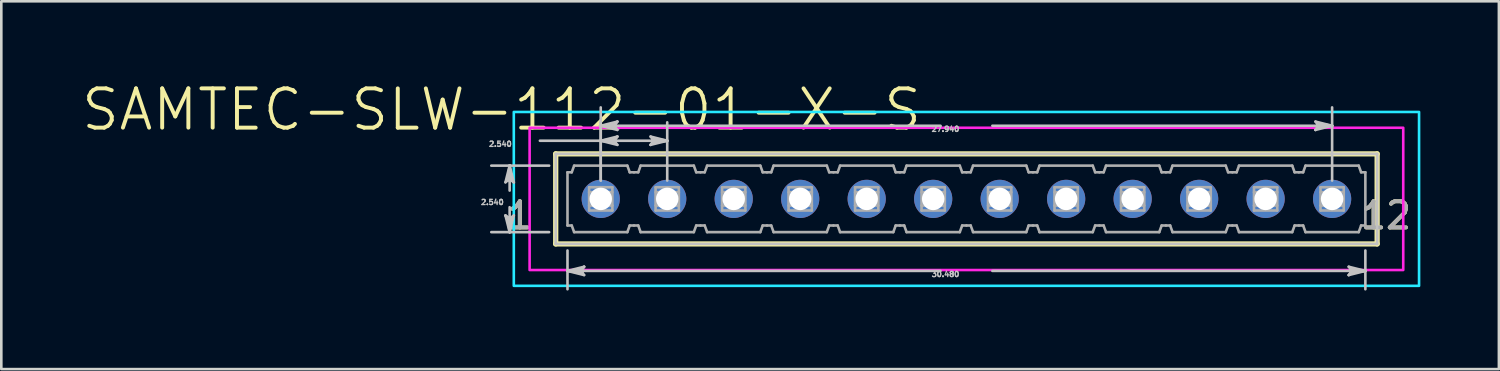
<source format=kicad_pcb>
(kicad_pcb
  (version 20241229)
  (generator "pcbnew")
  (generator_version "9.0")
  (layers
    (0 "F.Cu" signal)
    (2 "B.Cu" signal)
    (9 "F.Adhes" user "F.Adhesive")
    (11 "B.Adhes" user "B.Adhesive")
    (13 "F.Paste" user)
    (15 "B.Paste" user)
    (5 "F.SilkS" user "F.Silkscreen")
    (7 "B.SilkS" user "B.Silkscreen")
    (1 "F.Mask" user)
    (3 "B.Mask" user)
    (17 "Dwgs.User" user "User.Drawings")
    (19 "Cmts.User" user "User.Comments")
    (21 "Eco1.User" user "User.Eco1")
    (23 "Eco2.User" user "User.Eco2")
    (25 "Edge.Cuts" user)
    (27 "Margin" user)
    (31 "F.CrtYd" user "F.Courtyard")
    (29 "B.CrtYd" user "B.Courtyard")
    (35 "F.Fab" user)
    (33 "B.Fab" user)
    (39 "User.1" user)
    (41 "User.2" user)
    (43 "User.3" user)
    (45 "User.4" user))
  (footprint "SAMTEC-SLW-112-01-X-S"
    (layer "F.Cu")
    (at 33.869 4.548)
    (property "Reference" "SAMTEC-SLW-112-01-X-S" (at -17.759 -3.408 0) (layer "F.SilkS") (effects (font (size 1.5 1.5) (thickness 0.15))))
    (attr through_hole)
    (fp_circle (center -13.97 0) (end -13.189 0) (stroke (width 0) (type solid)) (fill yes) (layer "F.Mask"))
    (fp_circle (center -11.43 0) (end -10.649 0) (stroke (width 0) (type solid)) (fill yes) (layer "F.Mask"))
    (fp_circle (center -8.89 0) (end -8.109 0) (stroke (width 0) (type solid)) (fill yes) (layer "F.Mask"))
    (fp_circle (center -6.35 0) (end -5.569 0) (stroke (width 0) (type solid)) (fill yes) (layer "F.Mask"))
    (fp_circle (center -3.81 0) (end -3.029 0) (stroke (width 0) (type solid)) (fill yes) (layer "F.Mask"))
    (fp_circle (center -1.27 0) (end -0.489 0) (stroke (width 0) (type solid)) (fill yes) (layer "F.Mask"))
    (fp_circle (center 1.27 0) (end 2.051 0) (stroke (width 0) (type solid)) (fill yes) (layer "F.Mask"))
    (fp_circle (center 3.81 0) (end 4.591 0) (stroke (width 0) (type solid)) (fill yes) (layer "F.Mask"))
    (fp_circle (center 6.35 0) (end 7.131 0) (stroke (width 0) (type solid)) (fill yes) (layer "F.Mask"))
    (fp_circle (center 8.89 0) (end 9.671 0) (stroke (width 0) (type solid)) (fill yes) (layer "F.Mask"))
    (fp_circle (center 11.43 0) (end 12.211 0) (stroke (width 0) (type solid)) (fill yes) (layer "F.Mask"))
    (fp_circle (center 13.97 0) (end 14.751 0) (stroke (width 0) (type solid)) (fill yes) (layer "F.Mask"))
    (fp_circle (center -13.97 0) (end -13.189 0) (stroke (width 0) (type solid)) (fill yes) (layer "B.Mask"))
    (fp_circle (center -11.43 0) (end -10.649 0) (stroke (width 0) (type solid)) (fill yes) (layer "B.Mask"))
    (fp_circle (center -8.89 0) (end -8.109 0) (stroke (width 0) (type solid)) (fill yes) (layer "B.Mask"))
    (fp_circle (center -6.35 0) (end -5.569 0) (stroke (width 0) (type solid)) (fill yes) (layer "B.Mask"))
    (fp_circle (center -3.81 0) (end -3.029 0) (stroke (width 0) (type solid)) (fill yes) (layer "B.Mask"))
    (fp_circle (center -1.27 0) (end -0.489 0) (stroke (width 0) (type solid)) (fill yes) (layer "B.Mask"))
    (fp_circle (center 1.27 0) (end 2.051 0) (stroke (width 0) (type solid)) (fill yes) (layer "B.Mask"))
    (fp_circle (center 3.81 0) (end 4.591 0) (stroke (width 0) (type solid)) (fill yes) (layer "B.Mask"))
    (fp_circle (center 6.35 0) (end 7.131 0) (stroke (width 0) (type solid)) (fill yes) (layer "B.Mask"))
    (fp_circle (center 8.89 0) (end 9.671 0) (stroke (width 0) (type solid)) (fill yes) (layer "B.Mask"))
    (fp_circle (center 11.43 0) (end 12.211 0) (stroke (width 0) (type solid)) (fill yes) (layer "B.Mask"))
    (fp_circle (center 13.97 0) (end 14.751 0) (stroke (width 0) (type solid)) (fill yes) (layer "B.Mask"))
    (fp_line (start -15.69 -1.72) (end -15.69 1.72) (stroke (width 0.2) (type solid)) (layer "F.SilkS"))
    (fp_line (start -15.69 1.72) (end 15.69 1.72) (stroke (width 0.2) (type solid)) (layer "F.SilkS"))
    (fp_line (start 15.69 -1.72) (end -15.69 -1.72) (stroke (width 0.2) (type solid)) (layer "F.SilkS"))
    (fp_line (start 15.69 1.72) (end 15.69 -1.72) (stroke (width 0.2) (type solid)) (layer "F.SilkS"))
    (fp_line (start -17.609 -0.635) (end -17.45 -0.762) (stroke (width 0.1) (type solid)) (layer "Dwgs.User"))
    (fp_line (start -17.609 0.635) (end -17.45 1.27) (stroke (width 0.1) (type solid)) (layer "Dwgs.User"))
    (fp_line (start -17.529 -0.698) (end -17.45 -0.762) (stroke (width 0.1) (type solid)) (layer "Dwgs.User"))
    (fp_line (start -17.529 0.698) (end -17.609 0.635) (stroke (width 0.1) (type solid)) (layer "Dwgs.User"))
    (fp_line (start -17.45 -1.27) (end -17.609 -0.635) (stroke (width 0.1) (type solid)) (layer "Dwgs.User"))
    (fp_line (start -17.45 -1.27) (end -17.529 -0.698) (stroke (width 0.1) (type solid)) (layer "Dwgs.User"))
    (fp_line (start -17.45 -1.27) (end -17.37 -0.698) (stroke (width 0.1) (type solid)) (layer "Dwgs.User"))
    (fp_line (start -17.45 -0.762) (end -17.45 -1.27) (stroke (width 0.1) (type solid)) (layer "Dwgs.User"))
    (fp_line (start -17.45 -0.762) (end -17.291 -0.635) (stroke (width 0.1) (type solid)) (layer "Dwgs.User"))
    (fp_line (start -17.45 -0.318) (end -17.45 -1.27) (stroke (width 0.1) (type solid)) (layer "Dwgs.User"))
    (fp_line (start -17.45 0.318) (end -17.45 1.27) (stroke (width 0.1) (type solid)) (layer "Dwgs.User"))
    (fp_line (start -17.45 0.762) (end -17.609 0.635) (stroke (width 0.1) (type solid)) (layer "Dwgs.User"))
    (fp_line (start -17.45 0.762) (end -17.45 1.27) (stroke (width 0.1) (type solid)) (layer "Dwgs.User"))
    (fp_line (start -17.45 1.27) (end -17.529 0.698) (stroke (width 0.1) (type solid)) (layer "Dwgs.User"))
    (fp_line (start -17.45 1.27) (end -17.37 0.698) (stroke (width 0.1) (type solid)) (layer "Dwgs.User"))
    (fp_line (start -17.45 1.27) (end -17.291 0.635) (stroke (width 0.1) (type solid)) (layer "Dwgs.User"))
    (fp_line (start -17.37 -0.698) (end -17.291 -0.635) (stroke (width 0.1) (type solid)) (layer "Dwgs.User"))
    (fp_line (start -17.37 0.698) (end -17.45 0.762) (stroke (width 0.1) (type solid)) (layer "Dwgs.User"))
    (fp_line (start -17.291 -0.635) (end -17.45 -1.27) (stroke (width 0.1) (type solid)) (layer "Dwgs.User"))
    (fp_line (start -17.291 0.635) (end -17.45 0.762) (stroke (width 0.1) (type solid)) (layer "Dwgs.User"))
    (fp_line (start -16.294 -2.222) (end -13.97 -2.222) (stroke (width 0.1) (type solid)) (layer "Dwgs.User"))
    (fp_line (start -15.941 -1.27) (end -18.151 -1.27) (stroke (width 0.1) (type solid)) (layer "Dwgs.User"))
    (fp_line (start -15.941 1.27) (end -18.151 1.27) (stroke (width 0.1) (type solid)) (layer "Dwgs.User"))
    (fp_line (start -15.69 -1.72) (end -15.69 1.72) (stroke (width 0.1) (type solid)) (layer "Dwgs.User"))
    (fp_line (start -15.69 1.72) (end 15.69 1.72) (stroke (width 0.1) (type solid)) (layer "Dwgs.User"))
    (fp_line (start -15.24 1.971) (end -15.24 3.452) (stroke (width 0.1) (type solid)) (layer "Dwgs.User"))
    (fp_line (start -15.24 2.751) (end -14.668 2.671) (stroke (width 0.1) (type solid)) (layer "Dwgs.User"))
    (fp_line (start -15.24 2.751) (end -14.668 2.83) (stroke (width 0.1) (type solid)) (layer "Dwgs.User"))
    (fp_line (start -15.24 2.751) (end -14.605 2.91) (stroke (width 0.1) (type solid)) (layer "Dwgs.User"))
    (fp_line (start -14.732 2.751) (end -15.24 2.751) (stroke (width 0.1) (type solid)) (layer "Dwgs.User"))
    (fp_line (start -14.732 2.751) (end -14.605 2.592) (stroke (width 0.1) (type solid)) (layer "Dwgs.User"))
    (fp_line (start -14.668 2.671) (end -14.605 2.592) (stroke (width 0.1) (type solid)) (layer "Dwgs.User"))
    (fp_line (start -14.668 2.83) (end -14.732 2.751) (stroke (width 0.1) (type solid)) (layer "Dwgs.User"))
    (fp_line (start -14.605 2.592) (end -15.24 2.751) (stroke (width 0.1) (type solid)) (layer "Dwgs.User"))
    (fp_line (start -14.605 2.91) (end -14.732 2.751) (stroke (width 0.1) (type solid)) (layer "Dwgs.User"))
    (fp_line (start -13.97 -2.794) (end -13.398 -2.873) (stroke (width 0.1) (type solid)) (layer "Dwgs.User"))
    (fp_line (start -13.97 -2.794) (end -13.398 -2.715) (stroke (width 0.1) (type solid)) (layer "Dwgs.User"))
    (fp_line (start -13.97 -2.794) (end -13.335 -2.635) (stroke (width 0.1) (type solid)) (layer "Dwgs.User"))
    (fp_line (start -13.97 -2.222) (end -13.398 -2.302) (stroke (width 0.1) (type solid)) (layer "Dwgs.User"))
    (fp_line (start -13.97 -2.222) (end -13.398 -2.143) (stroke (width 0.1) (type solid)) (layer "Dwgs.User"))
    (fp_line (start -13.97 -2.222) (end -13.335 -2.064) (stroke (width 0.1) (type solid)) (layer "Dwgs.User"))
    (fp_line (start -13.97 -2.222) (end -11.43 -2.222) (stroke (width 0.1) (type solid)) (layer "Dwgs.User"))
    (fp_line (start -13.97 -0.701) (end -13.97 -3.495) (stroke (width 0.1) (type solid)) (layer "Dwgs.User"))
    (fp_line (start -13.97 -0.701) (end -13.97 -2.924) (stroke (width 0.1) (type solid)) (layer "Dwgs.User"))
    (fp_line (start -13.462 -2.794) (end -13.97 -2.794) (stroke (width 0.1) (type solid)) (layer "Dwgs.User"))
    (fp_line (start -13.462 -2.794) (end -13.335 -2.953) (stroke (width 0.1) (type solid)) (layer "Dwgs.User"))
    (fp_line (start -13.462 -2.222) (end -13.97 -2.222) (stroke (width 0.1) (type solid)) (layer "Dwgs.User"))
    (fp_line (start -13.462 -2.222) (end -13.335 -2.381) (stroke (width 0.1) (type solid)) (layer "Dwgs.User"))
    (fp_line (start -13.398 -2.873) (end -13.335 -2.953) (stroke (width 0.1) (type solid)) (layer "Dwgs.User"))
    (fp_line (start -13.398 -2.715) (end -13.462 -2.794) (stroke (width 0.1) (type solid)) (layer "Dwgs.User"))
    (fp_line (start -13.398 -2.302) (end -13.335 -2.381) (stroke (width 0.1) (type solid)) (layer "Dwgs.User"))
    (fp_line (start -13.398 -2.143) (end -13.462 -2.222) (stroke (width 0.1) (type solid)) (layer "Dwgs.User"))
    (fp_line (start -13.335 -2.953) (end -13.97 -2.794) (stroke (width 0.1) (type solid)) (layer "Dwgs.User"))
    (fp_line (start -13.335 -2.635) (end -13.462 -2.794) (stroke (width 0.1) (type solid)) (layer "Dwgs.User"))
    (fp_line (start -13.335 -2.381) (end -13.97 -2.222) (stroke (width 0.1) (type solid)) (layer "Dwgs.User"))
    (fp_line (start -13.335 -2.064) (end -13.462 -2.222) (stroke (width 0.1) (type solid)) (layer "Dwgs.User"))
    (fp_line (start -12.065 -2.381) (end -11.938 -2.222) (stroke (width 0.1) (type solid)) (layer "Dwgs.User"))
    (fp_line (start -12.065 -2.064) (end -11.43 -2.222) (stroke (width 0.1) (type solid)) (layer "Dwgs.User"))
    (fp_line (start -12.002 -2.302) (end -11.938 -2.222) (stroke (width 0.1) (type solid)) (layer "Dwgs.User"))
    (fp_line (start -12.002 -2.143) (end -12.065 -2.064) (stroke (width 0.1) (type solid)) (layer "Dwgs.User"))
    (fp_line (start -11.938 -2.222) (end -12.065 -2.064) (stroke (width 0.1) (type solid)) (layer "Dwgs.User"))
    (fp_line (start -11.938 -2.222) (end -11.43 -2.222) (stroke (width 0.1) (type solid)) (layer "Dwgs.User"))
    (fp_line (start -11.43 -2.222) (end -12.065 -2.381) (stroke (width 0.1) (type solid)) (layer "Dwgs.User"))
    (fp_line (start -11.43 -2.222) (end -12.002 -2.302) (stroke (width 0.1) (type solid)) (layer "Dwgs.User"))
    (fp_line (start -11.43 -2.222) (end -12.002 -2.143) (stroke (width 0.1) (type solid)) (layer "Dwgs.User"))
    (fp_line (start -11.43 -0.701) (end -11.43 -2.924) (stroke (width 0.1) (type solid)) (layer "Dwgs.User"))
    (fp_line (start -0.991 -2.794) (end -13.97 -2.794) (stroke (width 0.1) (type solid)) (layer "Dwgs.User"))
    (fp_line (start -0.991 2.751) (end -15.24 2.751) (stroke (width 0.1) (type solid)) (layer "Dwgs.User"))
    (fp_line (start 0.991 -2.794) (end 13.97 -2.794) (stroke (width 0.1) (type solid)) (layer "Dwgs.User"))
    (fp_line (start 0.991 2.751) (end 15.24 2.751) (stroke (width 0.1) (type solid)) (layer "Dwgs.User"))
    (fp_line (start 13.335 -2.953) (end 13.462 -2.794) (stroke (width 0.1) (type solid)) (layer "Dwgs.User"))
    (fp_line (start 13.335 -2.635) (end 13.97 -2.794) (stroke (width 0.1) (type solid)) (layer "Dwgs.User"))
    (fp_line (start 13.398 -2.873) (end 13.462 -2.794) (stroke (width 0.1) (type solid)) (layer "Dwgs.User"))
    (fp_line (start 13.398 -2.715) (end 13.335 -2.635) (stroke (width 0.1) (type solid)) (layer "Dwgs.User"))
    (fp_line (start 13.462 -2.794) (end 13.335 -2.635) (stroke (width 0.1) (type solid)) (layer "Dwgs.User"))
    (fp_line (start 13.462 -2.794) (end 13.97 -2.794) (stroke (width 0.1) (type solid)) (layer "Dwgs.User"))
    (fp_line (start 13.97 -2.794) (end 13.335 -2.953) (stroke (width 0.1) (type solid)) (layer "Dwgs.User"))
    (fp_line (start 13.97 -2.794) (end 13.398 -2.873) (stroke (width 0.1) (type solid)) (layer "Dwgs.User"))
    (fp_line (start 13.97 -2.794) (end 13.398 -2.715) (stroke (width 0.1) (type solid)) (layer "Dwgs.User"))
    (fp_line (start 13.97 -0.701) (end 13.97 -3.495) (stroke (width 0.1) (type solid)) (layer "Dwgs.User"))
    (fp_line (start 14.605 2.592) (end 14.732 2.751) (stroke (width 0.1) (type solid)) (layer "Dwgs.User"))
    (fp_line (start 14.605 2.91) (end 15.24 2.751) (stroke (width 0.1) (type solid)) (layer "Dwgs.User"))
    (fp_line (start 14.668 2.671) (end 14.732 2.751) (stroke (width 0.1) (type solid)) (layer "Dwgs.User"))
    (fp_line (start 14.668 2.83) (end 14.605 2.91) (stroke (width 0.1) (type solid)) (layer "Dwgs.User"))
    (fp_line (start 14.732 2.751) (end 14.605 2.91) (stroke (width 0.1) (type solid)) (layer "Dwgs.User"))
    (fp_line (start 14.732 2.751) (end 15.24 2.751) (stroke (width 0.1) (type solid)) (layer "Dwgs.User"))
    (fp_line (start 15.24 1.971) (end 15.24 3.452) (stroke (width 0.1) (type solid)) (layer "Dwgs.User"))
    (fp_line (start 15.24 2.751) (end 14.605 2.592) (stroke (width 0.1) (type solid)) (layer "Dwgs.User"))
    (fp_line (start 15.24 2.751) (end 14.668 2.671) (stroke (width 0.1) (type solid)) (layer "Dwgs.User"))
    (fp_line (start 15.24 2.751) (end 14.668 2.83) (stroke (width 0.1) (type solid)) (layer "Dwgs.User"))
    (fp_line (start 15.69 -1.72) (end -15.69 -1.72) (stroke (width 0.1) (type solid)) (layer "Dwgs.User"))
    (fp_line (start 15.69 1.72) (end 15.69 -1.72) (stroke (width 0.1) (type solid)) (layer "Dwgs.User"))
    (fp_poly (pts (xy -17.291 3.321) (xy -17.291 -3.321) (xy 17.291 -3.321) (xy 17.291 3.321) (xy -17.291 3.321)) (stroke (width 0.1) (type solid)) (fill no) (layer "B.CrtYd"))
    (fp_poly (pts (xy 16.687 -2.717) (xy -16.687 -2.717) (xy -16.687 2.717) (xy 16.687 2.717) (xy 16.687 -2.717)) (stroke (width 0.1) (type solid)) (fill no) (layer "F.CrtYd"))
    (fp_line (start -15.24 -1.016) (end -15.24 1.016) (stroke (width 0.1) (type solid)) (layer "F.Fab"))
    (fp_line (start -15.24 1.016) (end -15.078 1.016) (stroke (width 0.1) (type solid)) (layer "F.Fab"))
    (fp_line (start -15.078 -1.016) (end -15.24 -1.016) (stroke (width 0.1) (type solid)) (layer "F.Fab"))
    (fp_line (start -15.078 1.016) (end -14.986 1.27) (stroke (width 0.1) (type solid)) (layer "F.Fab"))
    (fp_line (start -14.986 -1.27) (end -15.078 -1.016) (stroke (width 0.1) (type solid)) (layer "F.Fab"))
    (fp_line (start -14.986 1.27) (end -12.954 1.27) (stroke (width 0.1) (type solid)) (layer "F.Fab"))
    (fp_line (start -14.414 -0.444) (end -14.414 0.444) (stroke (width 0.1) (type solid)) (layer "F.Fab"))
    (fp_line (start -14.414 -0.254) (end -13.526 -0.254) (stroke (width 0.1) (type solid)) (layer "F.Fab"))
    (fp_line (start -14.414 0.444) (end -13.526 0.444) (stroke (width 0.1) (type solid)) (layer "F.Fab"))
    (fp_line (start -13.526 -0.444) (end -14.414 -0.444) (stroke (width 0.1) (type solid)) (layer "F.Fab"))
    (fp_line (start -13.526 0.254) (end -14.414 0.254) (stroke (width 0.1) (type solid)) (layer "F.Fab"))
    (fp_line (start -13.526 0.444) (end -13.526 -0.444) (stroke (width 0.1) (type solid)) (layer "F.Fab"))
    (fp_line (start -12.954 -1.27) (end -14.986 -1.27) (stroke (width 0.1) (type solid)) (layer "F.Fab"))
    (fp_line (start -12.954 1.27) (end -12.862 1.016) (stroke (width 0.1) (type solid)) (layer "F.Fab"))
    (fp_line (start -12.862 -1.016) (end -12.954 -1.27) (stroke (width 0.1) (type solid)) (layer "F.Fab"))
    (fp_line (start -12.862 1.016) (end -12.7 1.016) (stroke (width 0.1) (type solid)) (layer "F.Fab"))
    (fp_line (start -12.7 -1.016) (end -12.862 -1.016) (stroke (width 0.1) (type solid)) (layer "F.Fab"))
    (fp_line (start -12.7 1.016) (end -12.538 1.016) (stroke (width 0.1) (type solid)) (layer "F.Fab"))
    (fp_line (start -12.538 -1.016) (end -12.7 -1.016) (stroke (width 0.1) (type solid)) (layer "F.Fab"))
    (fp_line (start -12.538 1.016) (end -12.446 1.27) (stroke (width 0.1) (type solid)) (layer "F.Fab"))
    (fp_line (start -12.446 -1.27) (end -12.538 -1.016) (stroke (width 0.1) (type solid)) (layer "F.Fab"))
    (fp_line (start -12.446 1.27) (end -10.414 1.27) (stroke (width 0.1) (type solid)) (layer "F.Fab"))
    (fp_line (start -11.874 -0.444) (end -11.874 0.444) (stroke (width 0.1) (type solid)) (layer "F.Fab"))
    (fp_line (start -11.874 -0.254) (end -10.986 -0.254) (stroke (width 0.1) (type solid)) (layer "F.Fab"))
    (fp_line (start -11.874 0.444) (end -10.986 0.444) (stroke (width 0.1) (type solid)) (layer "F.Fab"))
    (fp_line (start -10.986 -0.444) (end -11.874 -0.444) (stroke (width 0.1) (type solid)) (layer "F.Fab"))
    (fp_line (start -10.986 0.254) (end -11.874 0.254) (stroke (width 0.1) (type solid)) (layer "F.Fab"))
    (fp_line (start -10.986 0.444) (end -10.986 -0.444) (stroke (width 0.1) (type solid)) (layer "F.Fab"))
    (fp_line (start -10.414 -1.27) (end -12.446 -1.27) (stroke (width 0.1) (type solid)) (layer "F.Fab"))
    (fp_line (start -10.414 1.27) (end -10.322 1.016) (stroke (width 0.1) (type solid)) (layer "F.Fab"))
    (fp_line (start -10.322 -1.016) (end -10.414 -1.27) (stroke (width 0.1) (type solid)) (layer "F.Fab"))
    (fp_line (start -10.322 1.016) (end -10.16 1.016) (stroke (width 0.1) (type solid)) (layer "F.Fab"))
    (fp_line (start -10.16 -1.016) (end -10.322 -1.016) (stroke (width 0.1) (type solid)) (layer "F.Fab"))
    (fp_line (start -10.16 1.016) (end -9.998 1.016) (stroke (width 0.1) (type solid)) (layer "F.Fab"))
    (fp_line (start -9.998 -1.016) (end -10.16 -1.016) (stroke (width 0.1) (type solid)) (layer "F.Fab"))
    (fp_line (start -9.998 1.016) (end -9.906 1.27) (stroke (width 0.1) (type solid)) (layer "F.Fab"))
    (fp_line (start -9.906 -1.27) (end -9.998 -1.016) (stroke (width 0.1) (type solid)) (layer "F.Fab"))
    (fp_line (start -9.906 1.27) (end -7.874 1.27) (stroke (width 0.1) (type solid)) (layer "F.Fab"))
    (fp_line (start -9.334 -0.444) (end -9.334 0.444) (stroke (width 0.1) (type solid)) (layer "F.Fab"))
    (fp_line (start -9.334 -0.254) (end -8.446 -0.254) (stroke (width 0.1) (type solid)) (layer "F.Fab"))
    (fp_line (start -9.334 0.444) (end -8.446 0.444) (stroke (width 0.1) (type solid)) (layer "F.Fab"))
    (fp_line (start -8.446 -0.444) (end -9.334 -0.444) (stroke (width 0.1) (type solid)) (layer "F.Fab"))
    (fp_line (start -8.446 0.254) (end -9.334 0.254) (stroke (width 0.1) (type solid)) (layer "F.Fab"))
    (fp_line (start -8.446 0.444) (end -8.446 -0.444) (stroke (width 0.1) (type solid)) (layer "F.Fab"))
    (fp_line (start -7.874 -1.27) (end -9.906 -1.27) (stroke (width 0.1) (type solid)) (layer "F.Fab"))
    (fp_line (start -7.874 1.27) (end -7.782 1.016) (stroke (width 0.1) (type solid)) (layer "F.Fab"))
    (fp_line (start -7.782 -1.016) (end -7.874 -1.27) (stroke (width 0.1) (type solid)) (layer "F.Fab"))
    (fp_line (start -7.782 1.016) (end -7.62 1.016) (stroke (width 0.1) (type solid)) (layer "F.Fab"))
    (fp_line (start -7.62 -1.016) (end -7.782 -1.016) (stroke (width 0.1) (type solid)) (layer "F.Fab"))
    (fp_line (start -7.62 1.016) (end -7.458 1.016) (stroke (width 0.1) (type solid)) (layer "F.Fab"))
    (fp_line (start -7.458 -1.016) (end -7.62 -1.016) (stroke (width 0.1) (type solid)) (layer "F.Fab"))
    (fp_line (start -7.458 1.016) (end -7.366 1.27) (stroke (width 0.1) (type solid)) (layer "F.Fab"))
    (fp_line (start -7.366 -1.27) (end -7.458 -1.016) (stroke (width 0.1) (type solid)) (layer "F.Fab"))
    (fp_line (start -7.366 1.27) (end -5.334 1.27) (stroke (width 0.1) (type solid)) (layer "F.Fab"))
    (fp_line (start -6.794 -0.444) (end -6.794 0.444) (stroke (width 0.1) (type solid)) (layer "F.Fab"))
    (fp_line (start -6.794 -0.254) (end -5.906 -0.254) (stroke (width 0.1) (type solid)) (layer "F.Fab"))
    (fp_line (start -6.794 0.444) (end -5.906 0.444) (stroke (width 0.1) (type solid)) (layer "F.Fab"))
    (fp_line (start -5.906 -0.444) (end -6.794 -0.444) (stroke (width 0.1) (type solid)) (layer "F.Fab"))
    (fp_line (start -5.906 0.254) (end -6.794 0.254) (stroke (width 0.1) (type solid)) (layer "F.Fab"))
    (fp_line (start -5.906 0.444) (end -5.906 -0.444) (stroke (width 0.1) (type solid)) (layer "F.Fab"))
    (fp_line (start -5.334 -1.27) (end -7.366 -1.27) (stroke (width 0.1) (type solid)) (layer "F.Fab"))
    (fp_line (start -5.334 1.27) (end -5.242 1.016) (stroke (width 0.1) (type solid)) (layer "F.Fab"))
    (fp_line (start -5.242 -1.016) (end -5.334 -1.27) (stroke (width 0.1) (type solid)) (layer "F.Fab"))
    (fp_line (start -5.242 1.016) (end -5.08 1.016) (stroke (width 0.1) (type solid)) (layer "F.Fab"))
    (fp_line (start -5.08 -1.016) (end -5.242 -1.016) (stroke (width 0.1) (type solid)) (layer "F.Fab"))
    (fp_line (start -5.08 1.016) (end -4.918 1.016) (stroke (width 0.1) (type solid)) (layer "F.Fab"))
    (fp_line (start -4.918 -1.016) (end -5.08 -1.016) (stroke (width 0.1) (type solid)) (layer "F.Fab"))
    (fp_line (start -4.918 1.016) (end -4.826 1.27) (stroke (width 0.1) (type solid)) (layer "F.Fab"))
    (fp_line (start -4.826 -1.27) (end -4.918 -1.016) (stroke (width 0.1) (type solid)) (layer "F.Fab"))
    (fp_line (start -4.826 1.27) (end -2.794 1.27) (stroke (width 0.1) (type solid)) (layer "F.Fab"))
    (fp_line (start -4.254 -0.444) (end -4.254 0.444) (stroke (width 0.1) (type solid)) (layer "F.Fab"))
    (fp_line (start -4.254 -0.254) (end -3.366 -0.254) (stroke (width 0.1) (type solid)) (layer "F.Fab"))
    (fp_line (start -4.254 0.444) (end -3.366 0.444) (stroke (width 0.1) (type solid)) (layer "F.Fab"))
    (fp_line (start -3.366 -0.444) (end -4.254 -0.444) (stroke (width 0.1) (type solid)) (layer "F.Fab"))
    (fp_line (start -3.366 0.254) (end -4.254 0.254) (stroke (width 0.1) (type solid)) (layer "F.Fab"))
    (fp_line (start -3.366 0.444) (end -3.366 -0.444) (stroke (width 0.1) (type solid)) (layer "F.Fab"))
    (fp_line (start -2.794 -1.27) (end -4.826 -1.27) (stroke (width 0.1) (type solid)) (layer "F.Fab"))
    (fp_line (start -2.794 1.27) (end -2.702 1.016) (stroke (width 0.1) (type solid)) (layer "F.Fab"))
    (fp_line (start -2.702 -1.016) (end -2.794 -1.27) (stroke (width 0.1) (type solid)) (layer "F.Fab"))
    (fp_line (start -2.702 1.016) (end -2.54 1.016) (stroke (width 0.1) (type solid)) (layer "F.Fab"))
    (fp_line (start -2.54 -1.016) (end -2.702 -1.016) (stroke (width 0.1) (type solid)) (layer "F.Fab"))
    (fp_line (start -2.54 1.016) (end -2.378 1.016) (stroke (width 0.1) (type solid)) (layer "F.Fab"))
    (fp_line (start -2.378 -1.016) (end -2.54 -1.016) (stroke (width 0.1) (type solid)) (layer "F.Fab"))
    (fp_line (start -2.378 1.016) (end -2.286 1.27) (stroke (width 0.1) (type solid)) (layer "F.Fab"))
    (fp_line (start -2.286 -1.27) (end -2.378 -1.016) (stroke (width 0.1) (type solid)) (layer "F.Fab"))
    (fp_line (start -2.286 1.27) (end -0.254 1.27) (stroke (width 0.1) (type solid)) (layer "F.Fab"))
    (fp_line (start -1.714 -0.444) (end -1.714 0.444) (stroke (width 0.1) (type solid)) (layer "F.Fab"))
    (fp_line (start -1.714 -0.254) (end -0.826 -0.254) (stroke (width 0.1) (type solid)) (layer "F.Fab"))
    (fp_line (start -1.714 0.444) (end -0.826 0.444) (stroke (width 0.1) (type solid)) (layer "F.Fab"))
    (fp_line (start -0.826 -0.444) (end -1.714 -0.444) (stroke (width 0.1) (type solid)) (layer "F.Fab"))
    (fp_line (start -0.826 0.254) (end -1.714 0.254) (stroke (width 0.1) (type solid)) (layer "F.Fab"))
    (fp_line (start -0.826 0.444) (end -0.826 -0.444) (stroke (width 0.1) (type solid)) (layer "F.Fab"))
    (fp_line (start -0.254 -1.27) (end -2.286 -1.27) (stroke (width 0.1) (type solid)) (layer "F.Fab"))
    (fp_line (start -0.254 1.27) (end -0.162 1.016) (stroke (width 0.1) (type solid)) (layer "F.Fab"))
    (fp_line (start -0.162 -1.016) (end -0.254 -1.27) (stroke (width 0.1) (type solid)) (layer "F.Fab"))
    (fp_line (start -0.162 1.016) (end 0 1.016) (stroke (width 0.1) (type solid)) (layer "F.Fab"))
    (fp_line (start 0 -1.016) (end -0.162 -1.016) (stroke (width 0.1) (type solid)) (layer "F.Fab"))
    (fp_line (start 0 1.016) (end 0.162 1.016) (stroke (width 0.1) (type solid)) (layer "F.Fab"))
    (fp_line (start 0.162 -1.016) (end 0 -1.016) (stroke (width 0.1) (type solid)) (layer "F.Fab"))
    (fp_line (start 0.162 1.016) (end 0.254 1.27) (stroke (width 0.1) (type solid)) (layer "F.Fab"))
    (fp_line (start 0.254 -1.27) (end 0.162 -1.016) (stroke (width 0.1) (type solid)) (layer "F.Fab"))
    (fp_line (start 0.254 1.27) (end 2.286 1.27) (stroke (width 0.1) (type solid)) (layer "F.Fab"))
    (fp_line (start 0.826 -0.444) (end 0.826 0.444) (stroke (width 0.1) (type solid)) (layer "F.Fab"))
    (fp_line (start 0.826 -0.254) (end 1.714 -0.254) (stroke (width 0.1) (type solid)) (layer "F.Fab"))
    (fp_line (start 0.826 0.444) (end 1.714 0.444) (stroke (width 0.1) (type solid)) (layer "F.Fab"))
    (fp_line (start 1.714 -0.444) (end 0.826 -0.444) (stroke (width 0.1) (type solid)) (layer "F.Fab"))
    (fp_line (start 1.714 0.254) (end 0.826 0.254) (stroke (width 0.1) (type solid)) (layer "F.Fab"))
    (fp_line (start 1.714 0.444) (end 1.714 -0.444) (stroke (width 0.1) (type solid)) (layer "F.Fab"))
    (fp_line (start 2.286 -1.27) (end 0.254 -1.27) (stroke (width 0.1) (type solid)) (layer "F.Fab"))
    (fp_line (start 2.286 1.27) (end 2.378 1.016) (stroke (width 0.1) (type solid)) (layer "F.Fab"))
    (fp_line (start 2.378 -1.016) (end 2.286 -1.27) (stroke (width 0.1) (type solid)) (layer "F.Fab"))
    (fp_line (start 2.378 1.016) (end 2.54 1.016) (stroke (width 0.1) (type solid)) (layer "F.Fab"))
    (fp_line (start 2.54 -1.016) (end 2.378 -1.016) (stroke (width 0.1) (type solid)) (layer "F.Fab"))
    (fp_line (start 2.54 1.016) (end 2.702 1.016) (stroke (width 0.1) (type solid)) (layer "F.Fab"))
    (fp_line (start 2.702 -1.016) (end 2.54 -1.016) (stroke (width 0.1) (type solid)) (layer "F.Fab"))
    (fp_line (start 2.702 1.016) (end 2.794 1.27) (stroke (width 0.1) (type solid)) (layer "F.Fab"))
    (fp_line (start 2.794 -1.27) (end 2.702 -1.016) (stroke (width 0.1) (type solid)) (layer "F.Fab"))
    (fp_line (start 2.794 1.27) (end 4.826 1.27) (stroke (width 0.1) (type solid)) (layer "F.Fab"))
    (fp_line (start 3.366 -0.444) (end 3.366 0.444) (stroke (width 0.1) (type solid)) (layer "F.Fab"))
    (fp_line (start 3.366 -0.254) (end 4.254 -0.254) (stroke (width 0.1) (type solid)) (layer "F.Fab"))
    (fp_line (start 3.366 0.444) (end 4.254 0.444) (stroke (width 0.1) (type solid)) (layer "F.Fab"))
    (fp_line (start 4.254 -0.444) (end 3.366 -0.444) (stroke (width 0.1) (type solid)) (layer "F.Fab"))
    (fp_line (start 4.254 0.254) (end 3.366 0.254) (stroke (width 0.1) (type solid)) (layer "F.Fab"))
    (fp_line (start 4.254 0.444) (end 4.254 -0.444) (stroke (width 0.1) (type solid)) (layer "F.Fab"))
    (fp_line (start 4.826 -1.27) (end 2.794 -1.27) (stroke (width 0.1) (type solid)) (layer "F.Fab"))
    (fp_line (start 4.826 1.27) (end 4.918 1.016) (stroke (width 0.1) (type solid)) (layer "F.Fab"))
    (fp_line (start 4.918 -1.016) (end 4.826 -1.27) (stroke (width 0.1) (type solid)) (layer "F.Fab"))
    (fp_line (start 4.918 1.016) (end 5.08 1.016) (stroke (width 0.1) (type solid)) (layer "F.Fab"))
    (fp_line (start 5.08 -1.016) (end 4.918 -1.016) (stroke (width 0.1) (type solid)) (layer "F.Fab"))
    (fp_line (start 5.08 1.016) (end 5.242 1.016) (stroke (width 0.1) (type solid)) (layer "F.Fab"))
    (fp_line (start 5.242 -1.016) (end 5.08 -1.016) (stroke (width 0.1) (type solid)) (layer "F.Fab"))
    (fp_line (start 5.242 1.016) (end 5.334 1.27) (stroke (width 0.1) (type solid)) (layer "F.Fab"))
    (fp_line (start 5.334 -1.27) (end 5.242 -1.016) (stroke (width 0.1) (type solid)) (layer "F.Fab"))
    (fp_line (start 5.334 1.27) (end 7.366 1.27) (stroke (width 0.1) (type solid)) (layer "F.Fab"))
    (fp_line (start 5.906 -0.444) (end 5.906 0.444) (stroke (width 0.1) (type solid)) (layer "F.Fab"))
    (fp_line (start 5.906 -0.254) (end 6.794 -0.254) (stroke (width 0.1) (type solid)) (layer "F.Fab"))
    (fp_line (start 5.906 0.444) (end 6.794 0.444) (stroke (width 0.1) (type solid)) (layer "F.Fab"))
    (fp_line (start 6.794 -0.444) (end 5.906 -0.444) (stroke (width 0.1) (type solid)) (layer "F.Fab"))
    (fp_line (start 6.794 0.254) (end 5.906 0.254) (stroke (width 0.1) (type solid)) (layer "F.Fab"))
    (fp_line (start 6.794 0.444) (end 6.794 -0.444) (stroke (width 0.1) (type solid)) (layer "F.Fab"))
    (fp_line (start 7.366 -1.27) (end 5.334 -1.27) (stroke (width 0.1) (type solid)) (layer "F.Fab"))
    (fp_line (start 7.366 1.27) (end 7.458 1.016) (stroke (width 0.1) (type solid)) (layer "F.Fab"))
    (fp_line (start 7.458 -1.016) (end 7.366 -1.27) (stroke (width 0.1) (type solid)) (layer "F.Fab"))
    (fp_line (start 7.458 1.016) (end 7.62 1.016) (stroke (width 0.1) (type solid)) (layer "F.Fab"))
    (fp_line (start 7.62 -1.016) (end 7.458 -1.016) (stroke (width 0.1) (type solid)) (layer "F.Fab"))
    (fp_line (start 7.62 1.016) (end 7.782 1.016) (stroke (width 0.1) (type solid)) (layer "F.Fab"))
    (fp_line (start 7.782 -1.016) (end 7.62 -1.016) (stroke (width 0.1) (type solid)) (layer "F.Fab"))
    (fp_line (start 7.782 1.016) (end 7.874 1.27) (stroke (width 0.1) (type solid)) (layer "F.Fab"))
    (fp_line (start 7.874 -1.27) (end 7.782 -1.016) (stroke (width 0.1) (type solid)) (layer "F.Fab"))
    (fp_line (start 7.874 1.27) (end 9.906 1.27) (stroke (width 0.1) (type solid)) (layer "F.Fab"))
    (fp_line (start 8.446 -0.444) (end 8.446 0.444) (stroke (width 0.1) (type solid)) (layer "F.Fab"))
    (fp_line (start 8.446 -0.254) (end 9.334 -0.254) (stroke (width 0.1) (type solid)) (layer "F.Fab"))
    (fp_line (start 8.446 0.444) (end 9.334 0.444) (stroke (width 0.1) (type solid)) (layer "F.Fab"))
    (fp_line (start 9.334 -0.444) (end 8.446 -0.444) (stroke (width 0.1) (type solid)) (layer "F.Fab"))
    (fp_line (start 9.334 0.254) (end 8.446 0.254) (stroke (width 0.1) (type solid)) (layer "F.Fab"))
    (fp_line (start 9.334 0.444) (end 9.334 -0.444) (stroke (width 0.1) (type solid)) (layer "F.Fab"))
    (fp_line (start 9.906 -1.27) (end 7.874 -1.27) (stroke (width 0.1) (type solid)) (layer "F.Fab"))
    (fp_line (start 9.906 1.27) (end 9.998 1.016) (stroke (width 0.1) (type solid)) (layer "F.Fab"))
    (fp_line (start 9.998 -1.016) (end 9.906 -1.27) (stroke (width 0.1) (type solid)) (layer "F.Fab"))
    (fp_line (start 9.998 1.016) (end 10.16 1.016) (stroke (width 0.1) (type solid)) (layer "F.Fab"))
    (fp_line (start 10.16 -1.016) (end 9.998 -1.016) (stroke (width 0.1) (type solid)) (layer "F.Fab"))
    (fp_line (start 10.16 1.016) (end 10.322 1.016) (stroke (width 0.1) (type solid)) (layer "F.Fab"))
    (fp_line (start 10.322 -1.016) (end 10.16 -1.016) (stroke (width 0.1) (type solid)) (layer "F.Fab"))
    (fp_line (start 10.322 1.016) (end 10.414 1.27) (stroke (width 0.1) (type solid)) (layer "F.Fab"))
    (fp_line (start 10.414 -1.27) (end 10.322 -1.016) (stroke (width 0.1) (type solid)) (layer "F.Fab"))
    (fp_line (start 10.414 1.27) (end 12.446 1.27) (stroke (width 0.1) (type solid)) (layer "F.Fab"))
    (fp_line (start 10.986 -0.444) (end 10.986 0.444) (stroke (width 0.1) (type solid)) (layer "F.Fab"))
    (fp_line (start 10.986 -0.254) (end 11.874 -0.254) (stroke (width 0.1) (type solid)) (layer "F.Fab"))
    (fp_line (start 10.986 0.444) (end 11.874 0.444) (stroke (width 0.1) (type solid)) (layer "F.Fab"))
    (fp_line (start 11.874 -0.444) (end 10.986 -0.444) (stroke (width 0.1) (type solid)) (layer "F.Fab"))
    (fp_line (start 11.874 0.254) (end 10.986 0.254) (stroke (width 0.1) (type solid)) (layer "F.Fab"))
    (fp_line (start 11.874 0.444) (end 11.874 -0.444) (stroke (width 0.1) (type solid)) (layer "F.Fab"))
    (fp_line (start 12.446 -1.27) (end 10.414 -1.27) (stroke (width 0.1) (type solid)) (layer "F.Fab"))
    (fp_line (start 12.446 1.27) (end 12.538 1.016) (stroke (width 0.1) (type solid)) (layer "F.Fab"))
    (fp_line (start 12.538 -1.016) (end 12.446 -1.27) (stroke (width 0.1) (type solid)) (layer "F.Fab"))
    (fp_line (start 12.538 1.016) (end 12.7 1.016) (stroke (width 0.1) (type solid)) (layer "F.Fab"))
    (fp_line (start 12.7 -1.016) (end 12.538 -1.016) (stroke (width 0.1) (type solid)) (layer "F.Fab"))
    (fp_line (start 12.7 1.016) (end 12.862 1.016) (stroke (width 0.1) (type solid)) (layer "F.Fab"))
    (fp_line (start 12.862 -1.016) (end 12.7 -1.016) (stroke (width 0.1) (type solid)) (layer "F.Fab"))
    (fp_line (start 12.862 1.016) (end 12.954 1.27) (stroke (width 0.1) (type solid)) (layer "F.Fab"))
    (fp_line (start 12.954 -1.27) (end 12.862 -1.016) (stroke (width 0.1) (type solid)) (layer "F.Fab"))
    (fp_line (start 12.954 1.27) (end 14.986 1.27) (stroke (width 0.1) (type solid)) (layer "F.Fab"))
    (fp_line (start 13.526 -0.444) (end 13.526 0.444) (stroke (width 0.1) (type solid)) (layer "F.Fab"))
    (fp_line (start 13.526 -0.254) (end 14.414 -0.254) (stroke (width 0.1) (type solid)) (layer "F.Fab"))
    (fp_line (start 13.526 0.444) (end 14.414 0.444) (stroke (width 0.1) (type solid)) (layer "F.Fab"))
    (fp_line (start 14.414 -0.444) (end 13.526 -0.444) (stroke (width 0.1) (type solid)) (layer "F.Fab"))
    (fp_line (start 14.414 0.254) (end 13.526 0.254) (stroke (width 0.1) (type solid)) (layer "F.Fab"))
    (fp_line (start 14.414 0.444) (end 14.414 -0.444) (stroke (width 0.1) (type solid)) (layer "F.Fab"))
    (fp_line (start 14.986 -1.27) (end 12.954 -1.27) (stroke (width 0.1) (type solid)) (layer "F.Fab"))
    (fp_line (start 14.986 1.27) (end 15.078 1.016) (stroke (width 0.1) (type solid)) (layer "F.Fab"))
    (fp_line (start 15.078 -1.016) (end 14.986 -1.27) (stroke (width 0.1) (type solid)) (layer "F.Fab"))
    (fp_line (start 15.078 -1.016) (end 15.24 -1.016) (stroke (width 0.1) (type solid)) (layer "F.Fab"))
    (fp_line (start 15.078 1.016) (end 15.24 1.016) (stroke (width 0.1) (type solid)) (layer "F.Fab"))
    (fp_line (start 15.24 -1.016) (end 15.24 1.016) (stroke (width 0.1) (type solid)) (layer "F.Fab"))
    (fp_text user "12" (at 16.031 0.635 0) (layer "F.SilkS") (effects (font (size 1 1) (thickness 0.15))))
    (fp_text user "1" (at -17.06 0.635 0) (layer "F.SilkS") (effects (font (size 1 1) (thickness 0.15))))
    (fp_text user "27.940" (at -0.8 -2.667 0) (layer "Dwgs.User") (effects (font (size 0.2 0.2) (thickness 0.15))))
    (fp_text user "30.480" (at -0.8 2.878 0) (layer "Dwgs.User") (effects (font (size 0.2 0.2) (thickness 0.15))))
    (fp_text user "2.540" (at -17.805 -2.096 0) (layer "Dwgs.User") (effects (font (size 0.2 0.2) (thickness 0.15))))
    (fp_text user "2.540" (at -18.11 0.127 0) (layer "Dwgs.User") (effects (font (size 0.2 0.2) (thickness 0.15))))
    (fp_text user "12" (at 16.031 0.635 0) (layer "F.Fab") (effects (font (size 1 1) (thickness 0.15))))
    (fp_text user "1" (at -17.06 0.635 0) (layer "F.Fab") (effects (font (size 1 1) (thickness 0.15))))
    (pad "1" thru_hole circle (at -13.97 0) (size 1.46 1.46) (drill 0.86) (layers "*.Cu"))
    (pad "2" thru_hole circle (at -11.43 0) (size 1.46 1.46) (drill 0.86) (layers "*.Cu"))
    (pad "3" thru_hole circle (at -8.89 0) (size 1.46 1.46) (drill 0.86) (layers "*.Cu"))
    (pad "4" thru_hole circle (at -6.35 0) (size 1.46 1.46) (drill 0.86) (layers "*.Cu"))
    (pad "5" thru_hole circle (at -3.81 0) (size 1.46 1.46) (drill 0.86) (layers "*.Cu"))
    (pad "6" thru_hole circle (at -1.27 0) (size 1.46 1.46) (drill 0.86) (layers "*.Cu"))
    (pad "7" thru_hole circle (at 1.27 0) (size 1.46 1.46) (drill 0.86) (layers "*.Cu"))
    (pad "8" thru_hole circle (at 3.81 0) (size 1.46 1.46) (drill 0.86) (layers "*.Cu"))
    (pad "9" thru_hole circle (at 6.35 0) (size 1.46 1.46) (drill 0.86) (layers "*.Cu"))
    (pad "10" thru_hole circle (at 8.89 0) (size 1.46 1.46) (drill 0.86) (layers "*.Cu"))
    (pad "11" thru_hole circle (at 11.43 0) (size 1.46 1.46) (drill 0.86) (layers "*.Cu"))
    (pad "12" thru_hole circle (at 13.97 0) (size 1.46 1.46) (drill 0.86) (layers "*.Cu")))
  (gr_rect
    (start -3 -3)
    (end 54.21 11.05)
    (stroke (width 0.1) (type default))
    (fill no)
    (layer "Edge.Cuts")))
</source>
